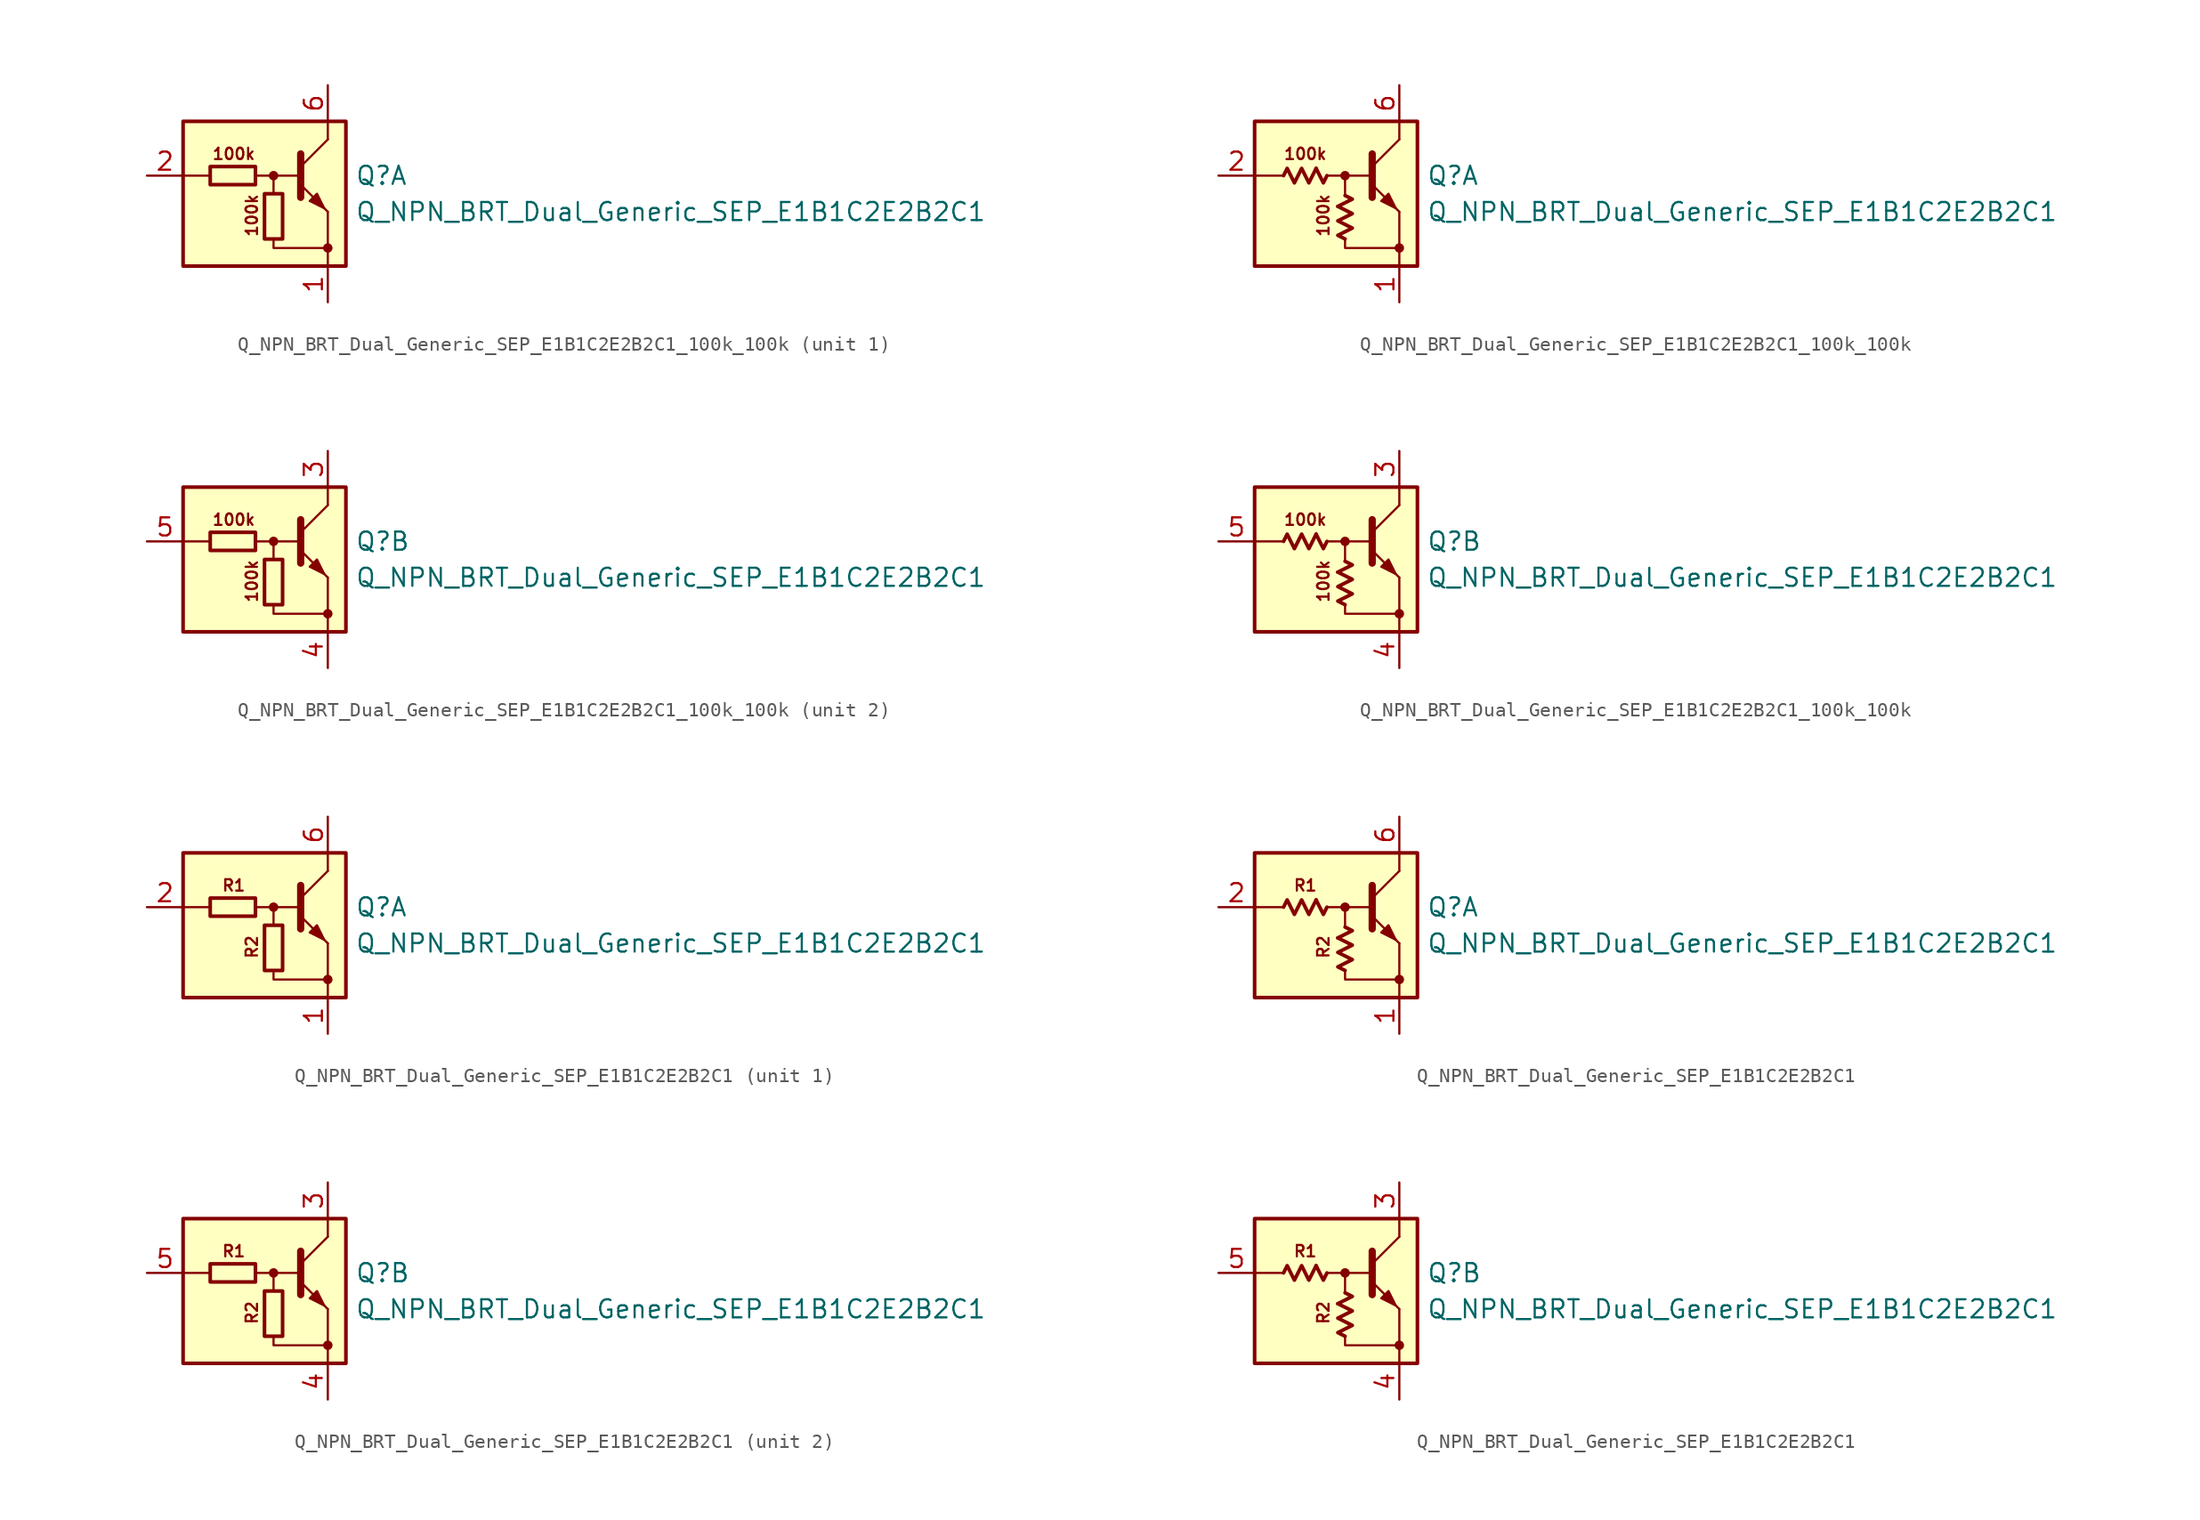
<source format=kicad_sym>
(kicad_symbol_lib
  (version 20220914)
  (generator kicad_symbol_editor)
  (symbol "Q_NPN_BRT_Dual_Generic_SEP_E1B1C2E2B2C1_100k_100k"
    (pin_names
      (offset 1.016) hide)
    (property "Reference" "Q"
      (at 5.715 1.27 0)
      (effects (font (size 1.27 1.27)) (justify left)))
    (property "Value" "Q_NPN_BRT_Dual_Generic_SEP_E1B1C2E2B2C1"
      (at 5.715 -1.27 0)
      (effects (font (size 1.27 1.27)) (justify left)))
    (property "ki_locked" ""
      (at 0 0 0)
      (effects (font (size 1.27 1.27))))
    (symbol "Q_NPN_BRT_Dual_Generic_SEP_E1B1C2E2B2C1_100k_100k_0_2"
      (polyline (pts (xy -2.032 1.778) (xy -1.524 0.762) (xy -1.27 1.27)) (stroke (width 0.254) (type default)) (fill (type none)))
      (polyline (pts (xy -0.508 -0.889) (xy 0.508 -0.381) (xy 0 -0.127)) (stroke (width 0.254) (type default)) (fill (type none)))
      (polyline (pts (xy -4.318 1.27) (xy -4.064 1.778) (xy -3.556 0.762) (xy -3.048 1.778) (xy -2.54 0.762) (xy -2.032 1.778)) (stroke (width 0.254) (type default)) (fill (type none)))
      (polyline (pts (xy 0 -3.175) (xy -0.508 -2.921) (xy 0.508 -2.413) (xy -0.508 -1.905) (xy 0.508 -1.397) (xy -0.508 -0.889)) (stroke (width 0.254) (type default)) (fill (type none))))
    (symbol "Q_NPN_BRT_Dual_Generic_SEP_E1B1C2E2B2C1_100k_100k_1_0"
      (rectangle (start -6.35 5.08) (end 5.08 -5.08) (stroke (width 0.254) (type default)) (fill (type background)))
      (polyline (pts (xy -4.445 1.27) (xy -6.35 1.27)) (stroke (width 0) (type default)) (fill (type none)))
      (polyline (pts (xy -0.254 1.27) (xy 1.905 1.27)) (stroke (width 0) (type default)) (fill (type none)))
      (polyline (pts (xy 1.905 1.905) (xy 3.81 3.81)) (stroke (width 0) (type default)) (fill (type none)))
      (polyline (pts (xy 1.905 2.794) (xy 1.905 -0.254)) (stroke (width 0.508) (type default)) (fill (type none)))
      (polyline (pts (xy 3.81 -3.81) (xy 3.81 -5.08)) (stroke (width 0) (type default)) (fill (type none)))
      (polyline (pts (xy 3.81 -3.81) (xy 3.81 -1.27)) (stroke (width 0) (type default)) (fill (type none)))
      (polyline (pts (xy 3.81 3.81) (xy 3.81 5.08)) (stroke (width 0) (type default)) (fill (type none)))
      (polyline (pts (xy -1.27 1.27) (xy 0 1.27) (xy 0 0)) (stroke (width 0) (type default)) (fill (type none)))
      (polyline (pts (xy 0 -3.175) (xy 0 -3.81) (xy 3.81 -3.81)) (stroke (width 0) (type default)) (fill (type none)))
      (polyline (pts (xy 1.905 0.635) (xy 3.81 -1.27) (xy 3.81 -1.27)) (stroke (width 0) (type default)) (fill (type none)))
      (polyline (pts (xy 2.54 -0.508) (xy 3.048 0) (xy 3.556 -1.016) (xy 2.54 -0.508) (xy 2.54 -0.508)) (stroke (width 0) (type default)) (fill (type outline)))
      (circle (center 0 1.27) (radius 0.254) (stroke (width 0) (type default)) (fill (type outline)))
      (circle (center 3.81 -3.81) (radius 0.254) (stroke (width 0) (type default)) (fill (type outline)))
      (text "100k" (at -2.794 2.794 0) (effects (font (size 0.8 0.8))))
      (text "100k" (at -1.524 -1.524 900) (effects (font (size 0.8 0.8)))))
    (symbol "Q_NPN_BRT_Dual_Generic_SEP_E1B1C2E2B2C1_100k_100k_1_1"
      (rectangle (start -4.445 1.905) (end -1.27 0.635) (stroke (width 0.254) (type default)) (fill (type none)))
      (rectangle (start -0.635 0) (end 0.635 -3.175) (stroke (width 0.254) (type default)) (fill (type none)))
      (pin passive line (at 3.81 -7.62 90) (length 2.54) (name "E1" (effects (font (size 1.27 1.27)))) (number "1" (effects (font (size 1.27 1.27)))))
      (pin passive line (at -8.89 1.27 0) (length 2.54) (name "B1" (effects (font (size 1.27 1.27)))) (number "2" (effects (font (size 1.27 1.27)))))
      (pin passive line (at 3.81 7.62 270) (length 2.54) (name "C1" (effects (font (size 1.27 1.27)))) (number "6" (effects (font (size 1.27 1.27))))))
    (symbol "Q_NPN_BRT_Dual_Generic_SEP_E1B1C2E2B2C1_100k_100k_1_2"
      (pin passive line (at 3.81 -7.62 90) (length 2.54) (name "E1" (effects (font (size 1.27 1.27)))) (number "1" (effects (font (size 1.27 1.27)))))
      (pin passive line (at -8.89 1.27 0) (length 2.54) (name "B1" (effects (font (size 1.27 1.27)))) (number "2" (effects (font (size 1.27 1.27)))))
      (pin passive line (at 3.81 7.62 270) (length 2.54) (name "C1" (effects (font (size 1.27 1.27)))) (number "6" (effects (font (size 1.27 1.27))))))
    (symbol "Q_NPN_BRT_Dual_Generic_SEP_E1B1C2E2B2C1_100k_100k_2_0"
      (rectangle (start -6.35 5.08) (end 5.08 -5.08) (stroke (width 0.254) (type default)) (fill (type background)))
      (polyline (pts (xy -4.445 1.27) (xy -6.35 1.27)) (stroke (width 0) (type default)) (fill (type none)))
      (polyline (pts (xy -0.254 1.27) (xy 1.905 1.27)) (stroke (width 0) (type default)) (fill (type none)))
      (polyline (pts (xy 1.905 1.905) (xy 3.81 3.81)) (stroke (width 0) (type default)) (fill (type none)))
      (polyline (pts (xy 1.905 2.794) (xy 1.905 -0.254)) (stroke (width 0.508) (type default)) (fill (type none)))
      (polyline (pts (xy 3.81 -3.81) (xy 3.81 -5.08)) (stroke (width 0) (type default)) (fill (type none)))
      (polyline (pts (xy 3.81 -3.81) (xy 3.81 -1.27)) (stroke (width 0) (type default)) (fill (type none)))
      (polyline (pts (xy 3.81 3.81) (xy 3.81 5.08)) (stroke (width 0) (type default)) (fill (type none)))
      (polyline (pts (xy -1.27 1.27) (xy 0 1.27) (xy 0 0)) (stroke (width 0) (type default)) (fill (type none)))
      (polyline (pts (xy 0 -3.175) (xy 0 -3.81) (xy 3.81 -3.81)) (stroke (width 0) (type default)) (fill (type none)))
      (polyline (pts (xy 1.905 0.635) (xy 3.81 -1.27) (xy 3.81 -1.27)) (stroke (width 0) (type default)) (fill (type none)))
      (polyline (pts (xy 2.54 -0.508) (xy 3.048 0) (xy 3.556 -1.016) (xy 2.54 -0.508) (xy 2.54 -0.508)) (stroke (width 0) (type default)) (fill (type outline)))
      (circle (center 0 1.27) (radius 0.254) (stroke (width 0) (type default)) (fill (type outline)))
      (circle (center 3.81 -3.81) (radius 0.254) (stroke (width 0) (type default)) (fill (type outline)))
      (text "100k" (at -2.794 2.794 0) (effects (font (size 0.8 0.8))))
      (text "100k" (at -1.524 -1.524 900) (effects (font (size 0.8 0.8)))))
    (symbol "Q_NPN_BRT_Dual_Generic_SEP_E1B1C2E2B2C1_100k_100k_2_1"
      (rectangle (start -4.445 1.905) (end -1.27 0.635) (stroke (width 0.254) (type default)) (fill (type none)))
      (rectangle (start -0.635 0) (end 0.635 -3.175) (stroke (width 0.254) (type default)) (fill (type none)))
      (pin passive line (at 3.81 7.62 270) (length 2.54) (name "C2" (effects (font (size 1.27 1.27)))) (number "3" (effects (font (size 1.27 1.27)))))
      (pin passive line (at 3.81 -7.62 90) (length 2.54) (name "E2" (effects (font (size 1.27 1.27)))) (number "4" (effects (font (size 1.27 1.27)))))
      (pin input line (at -8.89 1.27 0) (length 2.54) (name "B2" (effects (font (size 1.27 1.27)))) (number "5" (effects (font (size 1.27 1.27))))))
    (symbol "Q_NPN_BRT_Dual_Generic_SEP_E1B1C2E2B2C1_100k_100k_2_2"
      (pin passive line (at 3.81 7.62 270) (length 2.54) (name "C2" (effects (font (size 1.27 1.27)))) (number "3" (effects (font (size 1.27 1.27)))))
      (pin passive line (at 3.81 -7.62 90) (length 2.54) (name "E2" (effects (font (size 1.27 1.27)))) (number "4" (effects (font (size 1.27 1.27)))))
      (pin input line (at -8.89 1.27 0) (length 2.54) (name "B2" (effects (font (size 1.27 1.27)))) (number "5" (effects (font (size 1.27 1.27)))))))
  (symbol "Q_NPN_BRT_Dual_Generic_SEP_E1B1C2E2B2C1"
    (pin_names
      (offset 1.016) hide)
    (property "Reference" "Q"
      (at 5.715 1.27 0)
      (effects (font (size 1.27 1.27)) (justify left)))
    (property "Value" "Q_NPN_BRT_Dual_Generic_SEP_E1B1C2E2B2C1"
      (at 5.715 -1.27 0)
      (effects (font (size 1.27 1.27)) (justify left)))
    (property "ki_locked" ""
      (at 0 0 0)
      (effects (font (size 1.27 1.27))))
    (symbol "Q_NPN_BRT_Dual_Generic_SEP_E1B1C2E2B2C1_0_2"
      (polyline (pts (xy -2.032 1.778) (xy -1.524 0.762) (xy -1.27 1.27)) (stroke (width 0.254) (type default)) (fill (type none)))
      (polyline (pts (xy -0.508 -0.889) (xy 0.508 -0.381) (xy 0 -0.127)) (stroke (width 0.254) (type default)) (fill (type none)))
      (polyline (pts (xy -4.318 1.27) (xy -4.064 1.778) (xy -3.556 0.762) (xy -3.048 1.778) (xy -2.54 0.762) (xy -2.032 1.778)) (stroke (width 0.254) (type default)) (fill (type none)))
      (polyline (pts (xy 0 -3.175) (xy -0.508 -2.921) (xy 0.508 -2.413) (xy -0.508 -1.905) (xy 0.508 -1.397) (xy -0.508 -0.889)) (stroke (width 0.254) (type default)) (fill (type none))))
    (symbol "Q_NPN_BRT_Dual_Generic_SEP_E1B1C2E2B2C1_1_0"
      (rectangle (start -6.35 5.08) (end 5.08 -5.08) (stroke (width 0.254) (type default)) (fill (type background)))
      (polyline (pts (xy -4.445 1.27) (xy -6.35 1.27)) (stroke (width 0) (type default)) (fill (type none)))
      (polyline (pts (xy -0.254 1.27) (xy 1.905 1.27)) (stroke (width 0) (type default)) (fill (type none)))
      (polyline (pts (xy 1.905 1.905) (xy 3.81 3.81)) (stroke (width 0) (type default)) (fill (type none)))
      (polyline (pts (xy 1.905 2.794) (xy 1.905 -0.254)) (stroke (width 0.508) (type default)) (fill (type none)))
      (polyline (pts (xy 3.81 -3.81) (xy 3.81 -5.08)) (stroke (width 0) (type default)) (fill (type none)))
      (polyline (pts (xy 3.81 -3.81) (xy 3.81 -1.27)) (stroke (width 0) (type default)) (fill (type none)))
      (polyline (pts (xy 3.81 3.81) (xy 3.81 5.08)) (stroke (width 0) (type default)) (fill (type none)))
      (polyline (pts (xy -1.27 1.27) (xy 0 1.27) (xy 0 0)) (stroke (width 0) (type default)) (fill (type none)))
      (polyline (pts (xy 0 -3.175) (xy 0 -3.81) (xy 3.81 -3.81)) (stroke (width 0) (type default)) (fill (type none)))
      (polyline (pts (xy 1.905 0.635) (xy 3.81 -1.27) (xy 3.81 -1.27)) (stroke (width 0) (type default)) (fill (type none)))
      (polyline (pts (xy 2.54 -0.508) (xy 3.048 0) (xy 3.556 -1.016) (xy 2.54 -0.508) (xy 2.54 -0.508)) (stroke (width 0) (type default)) (fill (type outline)))
      (circle (center 0 1.27) (radius 0.254) (stroke (width 0) (type default)) (fill (type outline)))
      (circle (center 3.81 -3.81) (radius 0.254) (stroke (width 0) (type default)) (fill (type outline)))
      (text "R1" (at -2.794 2.794 0) (effects (font (size 0.8 0.8))))
      (text "R2" (at -1.524 -1.524 900) (effects (font (size 0.8 0.8)))))
    (symbol "Q_NPN_BRT_Dual_Generic_SEP_E1B1C2E2B2C1_1_1"
      (rectangle (start -4.445 1.905) (end -1.27 0.635) (stroke (width 0.254) (type default)) (fill (type none)))
      (rectangle (start -0.635 0) (end 0.635 -3.175) (stroke (width 0.254) (type default)) (fill (type none)))
      (pin passive line (at 3.81 -7.62 90) (length 2.54) (name "E1" (effects (font (size 1.27 1.27)))) (number "1" (effects (font (size 1.27 1.27)))))
      (pin passive line (at -8.89 1.27 0) (length 2.54) (name "B1" (effects (font (size 1.27 1.27)))) (number "2" (effects (font (size 1.27 1.27)))))
      (pin passive line (at 3.81 7.62 270) (length 2.54) (name "C1" (effects (font (size 1.27 1.27)))) (number "6" (effects (font (size 1.27 1.27))))))
    (symbol "Q_NPN_BRT_Dual_Generic_SEP_E1B1C2E2B2C1_1_2"
      (pin passive line (at 3.81 -7.62 90) (length 2.54) (name "E1" (effects (font (size 1.27 1.27)))) (number "1" (effects (font (size 1.27 1.27)))))
      (pin passive line (at -8.89 1.27 0) (length 2.54) (name "B1" (effects (font (size 1.27 1.27)))) (number "2" (effects (font (size 1.27 1.27)))))
      (pin passive line (at 3.81 7.62 270) (length 2.54) (name "C1" (effects (font (size 1.27 1.27)))) (number "6" (effects (font (size 1.27 1.27))))))
    (symbol "Q_NPN_BRT_Dual_Generic_SEP_E1B1C2E2B2C1_2_0"
      (rectangle (start -6.35 5.08) (end 5.08 -5.08) (stroke (width 0.254) (type default)) (fill (type background)))
      (polyline (pts (xy -4.445 1.27) (xy -6.35 1.27)) (stroke (width 0) (type default)) (fill (type none)))
      (polyline (pts (xy -0.254 1.27) (xy 1.905 1.27)) (stroke (width 0) (type default)) (fill (type none)))
      (polyline (pts (xy 1.905 1.905) (xy 3.81 3.81)) (stroke (width 0) (type default)) (fill (type none)))
      (polyline (pts (xy 1.905 2.794) (xy 1.905 -0.254)) (stroke (width 0.508) (type default)) (fill (type none)))
      (polyline (pts (xy 3.81 -3.81) (xy 3.81 -5.08)) (stroke (width 0) (type default)) (fill (type none)))
      (polyline (pts (xy 3.81 -3.81) (xy 3.81 -1.27)) (stroke (width 0) (type default)) (fill (type none)))
      (polyline (pts (xy 3.81 3.81) (xy 3.81 5.08)) (stroke (width 0) (type default)) (fill (type none)))
      (polyline (pts (xy -1.27 1.27) (xy 0 1.27) (xy 0 0)) (stroke (width 0) (type default)) (fill (type none)))
      (polyline (pts (xy 0 -3.175) (xy 0 -3.81) (xy 3.81 -3.81)) (stroke (width 0) (type default)) (fill (type none)))
      (polyline (pts (xy 1.905 0.635) (xy 3.81 -1.27) (xy 3.81 -1.27)) (stroke (width 0) (type default)) (fill (type none)))
      (polyline (pts (xy 2.54 -0.508) (xy 3.048 0) (xy 3.556 -1.016) (xy 2.54 -0.508) (xy 2.54 -0.508)) (stroke (width 0) (type default)) (fill (type outline)))
      (circle (center 0 1.27) (radius 0.254) (stroke (width 0) (type default)) (fill (type outline)))
      (circle (center 3.81 -3.81) (radius 0.254) (stroke (width 0) (type default)) (fill (type outline)))
      (text "R1" (at -2.794 2.794 0) (effects (font (size 0.8 0.8))))
      (text "R2" (at -1.524 -1.524 900) (effects (font (size 0.8 0.8)))))
    (symbol "Q_NPN_BRT_Dual_Generic_SEP_E1B1C2E2B2C1_2_1"
      (rectangle (start -4.445 1.905) (end -1.27 0.635) (stroke (width 0.254) (type default)) (fill (type none)))
      (rectangle (start -0.635 0) (end 0.635 -3.175) (stroke (width 0.254) (type default)) (fill (type none)))
      (pin passive line (at 3.81 7.62 270) (length 2.54) (name "C2" (effects (font (size 1.27 1.27)))) (number "3" (effects (font (size 1.27 1.27)))))
      (pin passive line (at 3.81 -7.62 90) (length 2.54) (name "E2" (effects (font (size 1.27 1.27)))) (number "4" (effects (font (size 1.27 1.27)))))
      (pin input line (at -8.89 1.27 0) (length 2.54) (name "B2" (effects (font (size 1.27 1.27)))) (number "5" (effects (font (size 1.27 1.27))))))
    (symbol "Q_NPN_BRT_Dual_Generic_SEP_E1B1C2E2B2C1_2_2"
      (pin passive line (at 3.81 7.62 270) (length 2.54) (name "C2" (effects (font (size 1.27 1.27)))) (number "3" (effects (font (size 1.27 1.27)))))
      (pin passive line (at 3.81 -7.62 90) (length 2.54) (name "E2" (effects (font (size 1.27 1.27)))) (number "4" (effects (font (size 1.27 1.27)))))
      (pin input line (at -8.89 1.27 0) (length 2.54) (name "B2" (effects (font (size 1.27 1.27)))) (number "5" (effects (font (size 1.27 1.27))))))))
</source>
